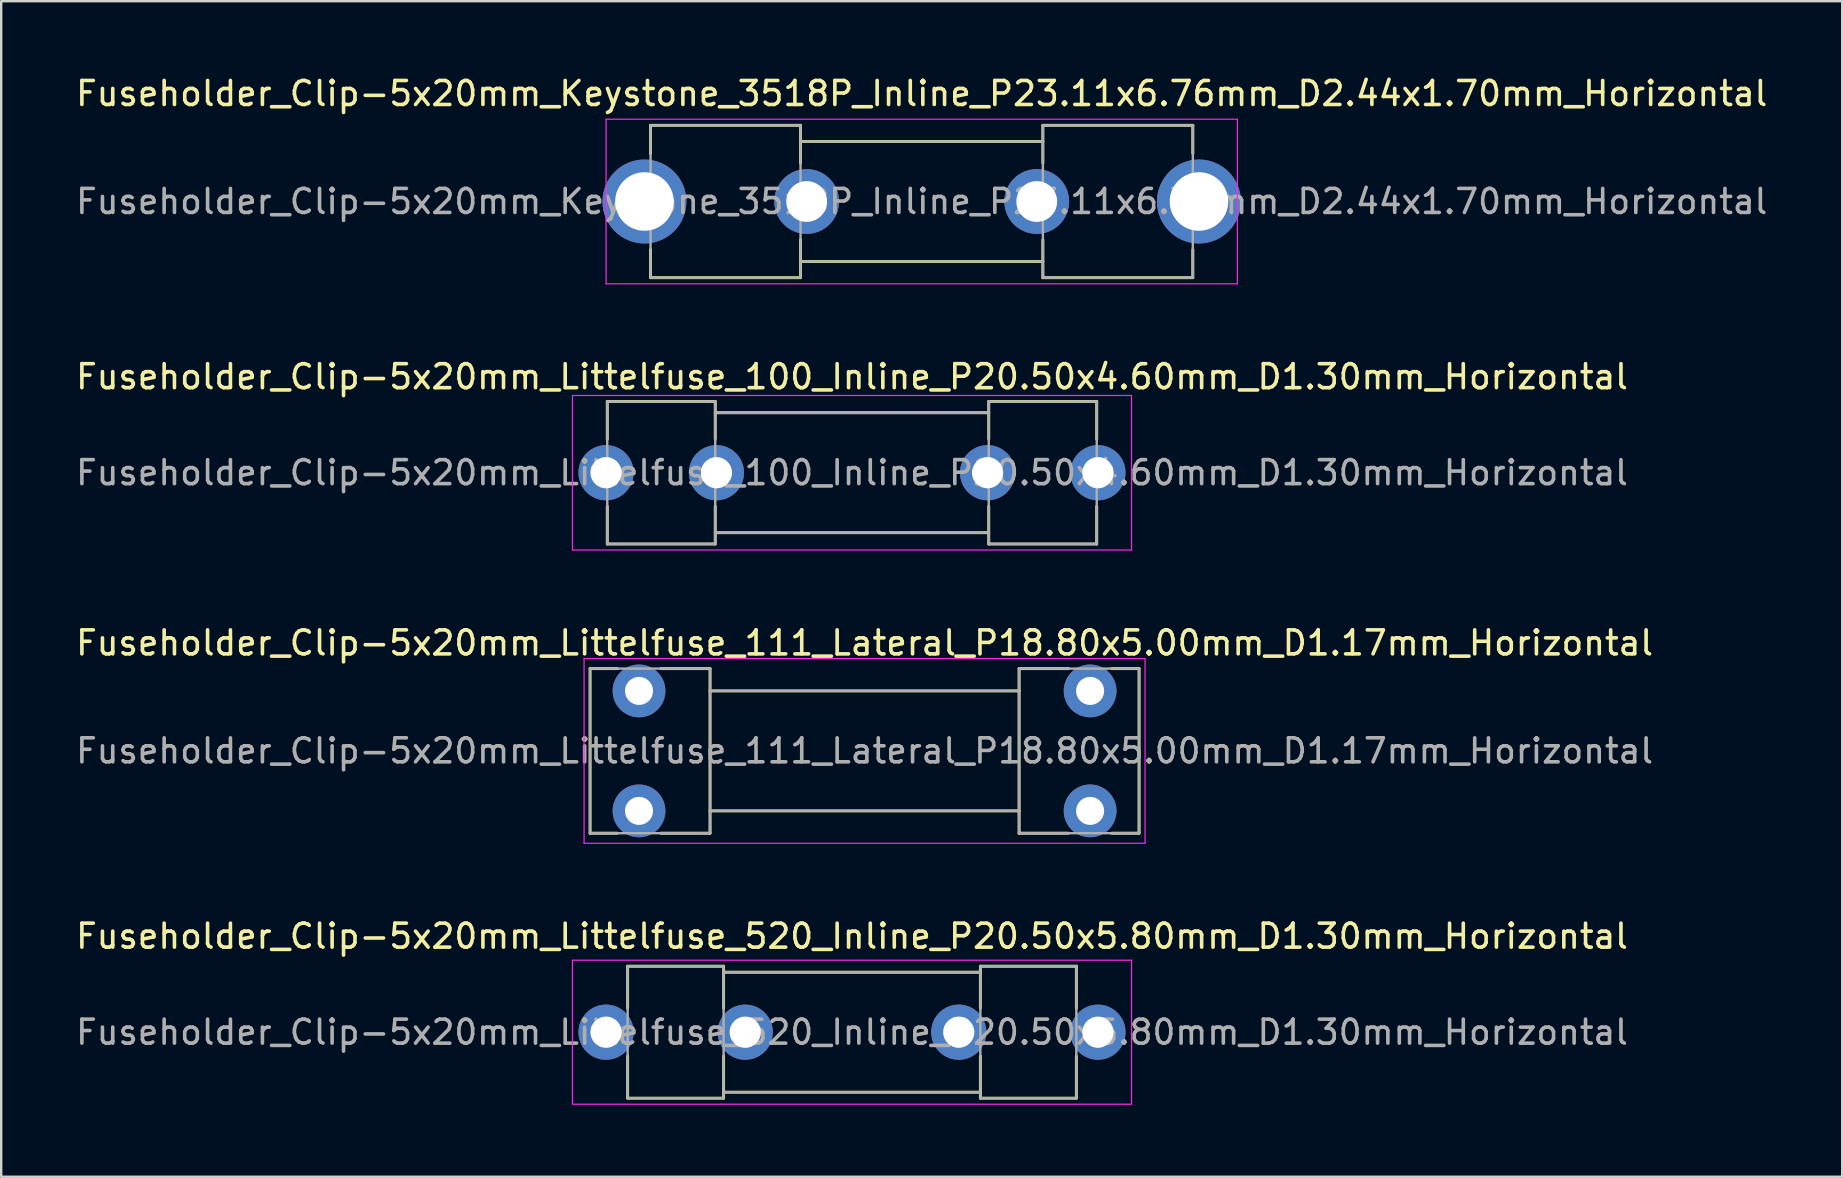
<source format=kicad_pcb>
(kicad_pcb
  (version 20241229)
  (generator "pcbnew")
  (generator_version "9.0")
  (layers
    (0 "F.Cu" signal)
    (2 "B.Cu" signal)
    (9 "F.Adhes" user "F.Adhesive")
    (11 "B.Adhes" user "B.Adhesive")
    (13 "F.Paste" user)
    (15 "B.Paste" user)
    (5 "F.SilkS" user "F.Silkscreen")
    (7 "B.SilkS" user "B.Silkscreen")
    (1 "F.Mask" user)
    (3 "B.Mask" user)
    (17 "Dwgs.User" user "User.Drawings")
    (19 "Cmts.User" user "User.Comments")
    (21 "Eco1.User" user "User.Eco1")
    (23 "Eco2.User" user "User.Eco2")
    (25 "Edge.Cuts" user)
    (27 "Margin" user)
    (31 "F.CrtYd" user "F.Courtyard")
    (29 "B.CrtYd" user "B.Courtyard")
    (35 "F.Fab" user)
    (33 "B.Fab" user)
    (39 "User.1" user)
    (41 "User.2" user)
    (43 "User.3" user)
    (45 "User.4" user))
  (footprint "Fuseholder_Clip-5x20mm_Keystone_3518P_Inline_P23.11x6.76mm_D2.44x1.70mm_Horizontal"
    (layer "F.Cu")
    (at 23.808 5.348)
    (property "Reference" "Fuseholder_Clip-5x20mm_Keystone_3518P_Inline_P23.11x6.76mm_D2.44x1.70mm_Horizontal" (at 11.555 -4.5 0) (layer "F.SilkS") (effects (font (size 1 1) (thickness 0.15))))
    (attr through_hole)
    (fp_line (start 0.255 -3.175) (end 0.255 -2) (stroke (width 0.12) (type solid)) (layer "F.SilkS"))
    (fp_line (start 0.255 3.175) (end 0.255 2) (stroke (width 0.12) (type solid)) (layer "F.SilkS"))
    (fp_line (start 6.505 -3.175) (end 0.255 -3.175) (stroke (width 0.12) (type solid)) (layer "F.SilkS"))
    (fp_line (start 6.505 -3.175) (end 6.505 -1.6) (stroke (width 0.12) (type solid)) (layer "F.SilkS"))
    (fp_line (start 6.505 3.175) (end 0.255 3.175) (stroke (width 0.12) (type solid)) (layer "F.SilkS"))
    (fp_line (start 6.505 3.175) (end 6.505 1.6) (stroke (width 0.12) (type solid)) (layer "F.SilkS"))
    (fp_line (start 16.605 -3.175) (end 16.605 -1.6) (stroke (width 0.12) (type solid)) (layer "F.SilkS"))
    (fp_line (start 16.605 -2.5) (end 6.505 -2.5) (stroke (width 0.12) (type solid)) (layer "F.SilkS"))
    (fp_line (start 16.605 2.5) (end 6.505 2.5) (stroke (width 0.12) (type solid)) (layer "F.SilkS"))
    (fp_line (start 16.605 3.175) (end 16.605 1.6) (stroke (width 0.12) (type solid)) (layer "F.SilkS"))
    (fp_line (start 16.605 3.175) (end 22.855 3.175) (stroke (width 0.12) (type solid)) (layer "F.SilkS"))
    (fp_line (start 22.855 -3.175) (end 16.605 -3.175) (stroke (width 0.12) (type solid)) (layer "F.SilkS"))
    (fp_line (start 22.855 -2) (end 22.855 -3.175) (stroke (width 0.12) (type solid)) (layer "F.SilkS"))
    (fp_line (start 22.855 2) (end 22.855 3.175) (stroke (width 0.12) (type solid)) (layer "F.SilkS"))
    (fp_line (start -1.6 -3.43) (end -1.6 3.43) (stroke (width 0.05) (type solid)) (layer "F.CrtYd"))
    (fp_line (start -1.6 -3.43) (end 24.71 -3.43) (stroke (width 0.05) (type solid)) (layer "F.CrtYd"))
    (fp_line (start 24.71 3.43) (end -1.6 3.43) (stroke (width 0.05) (type solid)) (layer "F.CrtYd"))
    (fp_line (start 24.71 3.43) (end 24.71 -3.43) (stroke (width 0.05) (type solid)) (layer "F.CrtYd"))
    (fp_line (start 0.255 -3.175) (end 6.505 -3.175) (stroke (width 0.1) (type solid)) (layer "F.Fab"))
    (fp_line (start 0.255 3.175) (end 0.255 -3.175) (stroke (width 0.1) (type solid)) (layer "F.Fab"))
    (fp_line (start 6.505 -3.175) (end 6.505 3.175) (stroke (width 0.1) (type solid)) (layer "F.Fab"))
    (fp_line (start 6.505 -2.5) (end 16.605 -2.5) (stroke (width 0.1) (type solid)) (layer "F.Fab"))
    (fp_line (start 6.505 3.175) (end 0.255 3.175) (stroke (width 0.1) (type solid)) (layer "F.Fab"))
    (fp_line (start 16.605 -3.175) (end 16.605 3.175) (stroke (width 0.1) (type solid)) (layer "F.Fab"))
    (fp_line (start 16.605 2.5) (end 6.505 2.5) (stroke (width 0.1) (type solid)) (layer "F.Fab"))
    (fp_line (start 16.605 3.175) (end 22.855 3.175) (stroke (width 0.1) (type solid)) (layer "F.Fab"))
    (fp_line (start 22.855 -3.175) (end 16.605 -3.175) (stroke (width 0.1) (type solid)) (layer "F.Fab"))
    (fp_line (start 22.855 3.175) (end 22.855 -3.175) (stroke (width 0.1) (type solid)) (layer "F.Fab"))
    (fp_text user "${REFERENCE}" (at 11.555 0 0) (layer "F.Fab") (effects (font (size 1 1) (thickness 0.15))))
    (pad "1" thru_hole circle (at 0 0) (size 3.5 3.5) (drill 2.44) (layers "*.Cu" "*.Mask"))
    (pad "1" thru_hole circle (at 6.76 0) (size 2.7 2.7) (drill 1.7) (layers "*.Cu" "*.Mask"))
    (pad "2" thru_hole circle (at 16.35 0) (size 2.7 2.7) (drill 1.7) (layers "*.Cu" "*.Mask"))
    (pad "2" thru_hole circle (at 23.11 0) (size 3.5 3.5) (drill 2.44) (layers "*.Cu" "*.Mask")))
  (footprint "Fuseholder_Clip-5x20mm_Littelfuse_100_Inline_P20.50x4.60mm_D1.30mm_Horizontal"
    (layer "F.Cu")
    (at 22.208 16.651)
    (property "Reference" "Fuseholder_Clip-5x20mm_Littelfuse_100_Inline_P20.50x4.60mm_D1.30mm_Horizontal" (at 10.25 -4 0) (layer "F.SilkS") (effects (font (size 1 1) (thickness 0.15))))
    (attr through_hole)
    (fp_line (start 0.05 -2.97) (end 0.05 -1.4) (stroke (width 0.12) (type solid)) (layer "F.SilkS"))
    (fp_line (start 0.05 2.97) (end 0.05 1.4) (stroke (width 0.12) (type solid)) (layer "F.SilkS"))
    (fp_line (start 4.55 -2.97) (end 0.05 -2.97) (stroke (width 0.12) (type solid)) (layer "F.SilkS"))
    (fp_line (start 4.55 -2.97) (end 4.55 -1.4) (stroke (width 0.12) (type solid)) (layer "F.SilkS"))
    (fp_line (start 4.55 2.97) (end 0.05 2.97) (stroke (width 0.12) (type solid)) (layer "F.SilkS"))
    (fp_line (start 4.55 2.97) (end 4.55 1.4) (stroke (width 0.12) (type solid)) (layer "F.SilkS"))
    (fp_line (start 15.95 -2.97) (end 15.95 -1.4) (stroke (width 0.12) (type solid)) (layer "F.SilkS"))
    (fp_line (start 15.95 -2.5) (end 4.55 -2.5) (stroke (width 0.12) (type solid)) (layer "F.SilkS"))
    (fp_line (start 15.95 2.5) (end 4.55 2.5) (stroke (width 0.12) (type solid)) (layer "F.SilkS"))
    (fp_line (start 15.95 2.97) (end 15.95 1.4) (stroke (width 0.12) (type solid)) (layer "F.SilkS"))
    (fp_line (start 15.95 2.97) (end 20.45 2.97) (stroke (width 0.12) (type solid)) (layer "F.SilkS"))
    (fp_line (start 20.45 -2.97) (end 15.95 -2.97) (stroke (width 0.12) (type solid)) (layer "F.SilkS"))
    (fp_line (start 20.45 -1.4) (end 20.45 -2.97) (stroke (width 0.12) (type solid)) (layer "F.SilkS"))
    (fp_line (start 20.45 1.4) (end 20.45 2.97) (stroke (width 0.12) (type solid)) (layer "F.SilkS"))
    (fp_line (start -1.4 -3.22) (end -1.4 3.22) (stroke (width 0.05) (type solid)) (layer "F.CrtYd"))
    (fp_line (start -1.4 -3.22) (end 21.9 -3.22) (stroke (width 0.05) (type solid)) (layer "F.CrtYd"))
    (fp_line (start 21.9 3.22) (end -1.4 3.22) (stroke (width 0.05) (type solid)) (layer "F.CrtYd"))
    (fp_line (start 21.9 3.22) (end 21.9 -3.22) (stroke (width 0.05) (type solid)) (layer "F.CrtYd"))
    (fp_line (start 0.05 -2.97) (end 4.55 -2.97) (stroke (width 0.1) (type solid)) (layer "F.Fab"))
    (fp_line (start 0.05 2.97) (end 0.05 -2.97) (stroke (width 0.1) (type solid)) (layer "F.Fab"))
    (fp_line (start 4.55 -2.97) (end 4.55 2.97) (stroke (width 0.1) (type solid)) (layer "F.Fab"))
    (fp_line (start 4.55 -2.5) (end 15.95 -2.5) (stroke (width 0.1) (type solid)) (layer "F.Fab"))
    (fp_line (start 4.55 2.97) (end 0.05 2.97) (stroke (width 0.1) (type solid)) (layer "F.Fab"))
    (fp_line (start 15.95 -2.97) (end 15.95 2.97) (stroke (width 0.1) (type solid)) (layer "F.Fab"))
    (fp_line (start 15.95 2.5) (end 4.55 2.5) (stroke (width 0.1) (type solid)) (layer "F.Fab"))
    (fp_line (start 15.95 2.97) (end 20.45 2.97) (stroke (width 0.1) (type solid)) (layer "F.Fab"))
    (fp_line (start 20.45 -2.97) (end 15.95 -2.97) (stroke (width 0.1) (type solid)) (layer "F.Fab"))
    (fp_line (start 20.45 2.97) (end 20.45 -2.97) (stroke (width 0.1) (type solid)) (layer "F.Fab"))
    (fp_text user "${REFERENCE}" (at 10.25 0 0) (layer "F.Fab") (effects (font (size 1 1) (thickness 0.15))))
    (pad "1" thru_hole circle (at 0 0) (size 2.3 2.3) (drill 1.3) (layers "*.Cu" "*.Mask"))
    (pad "1" thru_hole circle (at 4.6 0) (size 2.3 2.3) (drill 1.3) (layers "*.Cu" "*.Mask"))
    (pad "2" thru_hole circle (at 15.9 0) (size 2.3 2.3) (drill 1.3) (layers "*.Cu" "*.Mask"))
    (pad "2" thru_hole circle (at 20.5 0) (size 2.3 2.3) (drill 1.3) (layers "*.Cu" "*.Mask")))
  (footprint "Fuseholder_Clip-5x20mm_Littelfuse_520_Inline_P20.50x5.80mm_D1.30mm_Horizontal"
    (layer "F.Cu")
    (at 22.208 39.968)
    (property "Reference" "Fuseholder_Clip-5x20mm_Littelfuse_520_Inline_P20.50x5.80mm_D1.30mm_Horizontal" (at 10.25 -4 0) (layer "F.SilkS") (effects (font (size 1 1) (thickness 0.15))))
    (attr through_hole)
    (fp_line (start 0.9 -2.75) (end 0.9 -1) (stroke (width 0.12) (type solid)) (layer "F.SilkS"))
    (fp_line (start 0.9 2.75) (end 0.9 1) (stroke (width 0.12) (type solid)) (layer "F.SilkS"))
    (fp_line (start 4.9 -2.75) (end 0.9 -2.75) (stroke (width 0.12) (type solid)) (layer "F.SilkS"))
    (fp_line (start 4.9 -2.75) (end 4.9 -1) (stroke (width 0.12) (type solid)) (layer "F.SilkS"))
    (fp_line (start 4.9 2.75) (end 0.9 2.75) (stroke (width 0.12) (type solid)) (layer "F.SilkS"))
    (fp_line (start 4.9 2.75) (end 4.9 1) (stroke (width 0.12) (type solid)) (layer "F.SilkS"))
    (fp_line (start 15.6 -2.75) (end 15.6 -1) (stroke (width 0.12) (type solid)) (layer "F.SilkS"))
    (fp_line (start 15.6 -2.5) (end 4.9 -2.5) (stroke (width 0.12) (type solid)) (layer "F.SilkS"))
    (fp_line (start 15.6 2.5) (end 4.9 2.5) (stroke (width 0.12) (type solid)) (layer "F.SilkS"))
    (fp_line (start 15.6 2.75) (end 15.6 1) (stroke (width 0.12) (type solid)) (layer "F.SilkS"))
    (fp_line (start 15.6 2.75) (end 19.6 2.75) (stroke (width 0.12) (type solid)) (layer "F.SilkS"))
    (fp_line (start 19.6 -2.75) (end 15.6 -2.75) (stroke (width 0.12) (type solid)) (layer "F.SilkS"))
    (fp_line (start 19.6 -1) (end 19.6 -2.75) (stroke (width 0.12) (type solid)) (layer "F.SilkS"))
    (fp_line (start 19.6 1) (end 19.6 2.75) (stroke (width 0.12) (type solid)) (layer "F.SilkS"))
    (fp_line (start -1.4 -3) (end -1.4 3) (stroke (width 0.05) (type solid)) (layer "F.CrtYd"))
    (fp_line (start -1.4 -3) (end 21.9 -3) (stroke (width 0.05) (type solid)) (layer "F.CrtYd"))
    (fp_line (start 21.9 3) (end -1.4 3) (stroke (width 0.05) (type solid)) (layer "F.CrtYd"))
    (fp_line (start 21.9 3) (end 21.9 -3) (stroke (width 0.05) (type solid)) (layer "F.CrtYd"))
    (fp_line (start 0.9 -2.75) (end 4.9 -2.75) (stroke (width 0.1) (type solid)) (layer "F.Fab"))
    (fp_line (start 0.9 2.75) (end 0.9 -2.75) (stroke (width 0.1) (type solid)) (layer "F.Fab"))
    (fp_line (start 4.9 -2.75) (end 4.9 2.75) (stroke (width 0.1) (type solid)) (layer "F.Fab"))
    (fp_line (start 4.9 -2.5) (end 15.6 -2.5) (stroke (width 0.1) (type solid)) (layer "F.Fab"))
    (fp_line (start 4.9 2.75) (end 0.9 2.75) (stroke (width 0.1) (type solid)) (layer "F.Fab"))
    (fp_line (start 15.6 -2.75) (end 15.6 2.75) (stroke (width 0.1) (type solid)) (layer "F.Fab"))
    (fp_line (start 15.6 2.5) (end 4.9 2.5) (stroke (width 0.1) (type solid)) (layer "F.Fab"))
    (fp_line (start 15.6 2.75) (end 19.6 2.75) (stroke (width 0.1) (type solid)) (layer "F.Fab"))
    (fp_line (start 19.6 -2.75) (end 15.6 -2.75) (stroke (width 0.1) (type solid)) (layer "F.Fab"))
    (fp_line (start 19.6 2.75) (end 19.6 -2.75) (stroke (width 0.1) (type solid)) (layer "F.Fab"))
    (fp_text user "${REFERENCE}" (at 10.25 0 0) (layer "F.Fab") (effects (font (size 1 1) (thickness 0.15))))
    (pad "1" thru_hole circle (at 0 0) (size 2.3 2.3) (drill 1.3) (layers "*.Cu" "*.Mask"))
    (pad "1" thru_hole circle (at 5.8 0) (size 2.3 2.3) (drill 1.3) (layers "*.Cu" "*.Mask"))
    (pad "2" thru_hole circle (at 14.7 0) (size 2.3 2.3) (drill 1.3) (layers "*.Cu" "*.Mask"))
    (pad "2" thru_hole circle (at 20.5 0) (size 2.3 2.3) (drill 1.3) (layers "*.Cu" "*.Mask")))
  (footprint "Fuseholder_Clip-5x20mm_Littelfuse_111_Lateral_P18.80x5.00mm_D1.17mm_Horizontal"
    (layer "F.Cu")
    (at 23.582 25.745)
    (property "Reference" "Fuseholder_Clip-5x20mm_Littelfuse_111_Lateral_P18.80x5.00mm_D1.17mm_Horizontal" (at 9.4 -2 0) (layer "F.SilkS") (effects (font (size 1 1) (thickness 0.15))))
    (attr through_hole)
    (fp_line (start -2.04 5.93) (end -2.04 -0.93) (stroke (width 0.12) (type solid)) (layer "F.SilkS"))
    (fp_line (start -0.9 -0.93) (end -2.04 -0.93) (stroke (width 0.12) (type solid)) (layer "F.SilkS"))
    (fp_line (start -0.9 5.93) (end -2.04 5.93) (stroke (width 0.12) (type solid)) (layer "F.SilkS"))
    (fp_line (start 2.96 -0.93) (end 0.9 -0.93) (stroke (width 0.12) (type solid)) (layer "F.SilkS"))
    (fp_line (start 2.96 -0.93) (end 2.96 5.93) (stroke (width 0.12) (type solid)) (layer "F.SilkS"))
    (fp_line (start 2.96 5.93) (end 0.9 5.93) (stroke (width 0.12) (type solid)) (layer "F.SilkS"))
    (fp_line (start 15.84 -0.93) (end 15.84 5.93) (stroke (width 0.12) (type solid)) (layer "F.SilkS"))
    (fp_line (start 15.84 0) (end 2.96 0) (stroke (width 0.12) (type solid)) (layer "F.SilkS"))
    (fp_line (start 15.84 5) (end 2.96 5) (stroke (width 0.12) (type solid)) (layer "F.SilkS"))
    (fp_line (start 17.9 -0.93) (end 15.84 -0.93) (stroke (width 0.12) (type solid)) (layer "F.SilkS"))
    (fp_line (start 17.9 5.93) (end 15.84 5.93) (stroke (width 0.12) (type solid)) (layer "F.SilkS"))
    (fp_line (start 19.7 -0.93) (end 20.84 -0.93) (stroke (width 0.12) (type solid)) (layer "F.SilkS"))
    (fp_line (start 19.7 5.93) (end 20.84 5.93) (stroke (width 0.12) (type solid)) (layer "F.SilkS"))
    (fp_line (start 20.84 -0.93) (end 20.84 5.93) (stroke (width 0.12) (type solid)) (layer "F.SilkS"))
    (fp_line (start -2.29 -1.35) (end -2.29 6.35) (stroke (width 0.05) (type solid)) (layer "F.CrtYd"))
    (fp_line (start -2.29 -1.35) (end 21.09 -1.35) (stroke (width 0.05) (type solid)) (layer "F.CrtYd"))
    (fp_line (start 21.09 6.35) (end -2.29 6.35) (stroke (width 0.05) (type solid)) (layer "F.CrtYd"))
    (fp_line (start 21.09 6.35) (end 21.09 -1.35) (stroke (width 0.05) (type solid)) (layer "F.CrtYd"))
    (fp_line (start -2.04 -0.93) (end 2.96 -0.93) (stroke (width 0.1) (type solid)) (layer "F.Fab"))
    (fp_line (start -2.04 5.93) (end -2.04 -0.93) (stroke (width 0.1) (type solid)) (layer "F.Fab"))
    (fp_line (start 2.96 -0.93) (end 2.96 5.93) (stroke (width 0.1) (type solid)) (layer "F.Fab"))
    (fp_line (start 2.96 0) (end 15.84 0) (stroke (width 0.1) (type solid)) (layer "F.Fab"))
    (fp_line (start 2.96 5.93) (end -2.04 5.93) (stroke (width 0.1) (type solid)) (layer "F.Fab"))
    (fp_line (start 15.84 -0.93) (end 15.84 5.93) (stroke (width 0.1) (type solid)) (layer "F.Fab"))
    (fp_line (start 15.84 5) (end 2.96 5) (stroke (width 0.1) (type solid)) (layer "F.Fab"))
    (fp_line (start 15.84 5.93) (end 20.84 5.93) (stroke (width 0.1) (type solid)) (layer "F.Fab"))
    (fp_line (start 20.84 -0.93) (end 15.84 -0.93) (stroke (width 0.1) (type solid)) (layer "F.Fab"))
    (fp_line (start 20.84 5.93) (end 20.84 -0.93) (stroke (width 0.1) (type solid)) (layer "F.Fab"))
    (fp_text user "${REFERENCE}" (at 9.4 2.5 0) (layer "F.Fab") (effects (font (size 1 1) (thickness 0.15))))
    (pad "1" thru_hole circle (at 0 0) (size 2.2 2.2) (drill 1.17) (layers "*.Cu" "*.Mask"))
    (pad "1" thru_hole circle (at 0 5) (size 2.2 2.2) (drill 1.17) (layers "*.Cu" "*.Mask"))
    (pad "2" thru_hole circle (at 18.8 0) (size 2.2 2.2) (drill 1.17) (layers "*.Cu" "*.Mask"))
    (pad "2" thru_hole circle (at 18.8 5) (size 2.2 2.2) (drill 1.17) (layers "*.Cu" "*.Mask")))
  (gr_rect
    (start -3 -3)
    (end 73.726 45.993)
    (stroke (width 0.1) (type default))
    (fill no)
    (layer "Edge.Cuts")))
</source>
